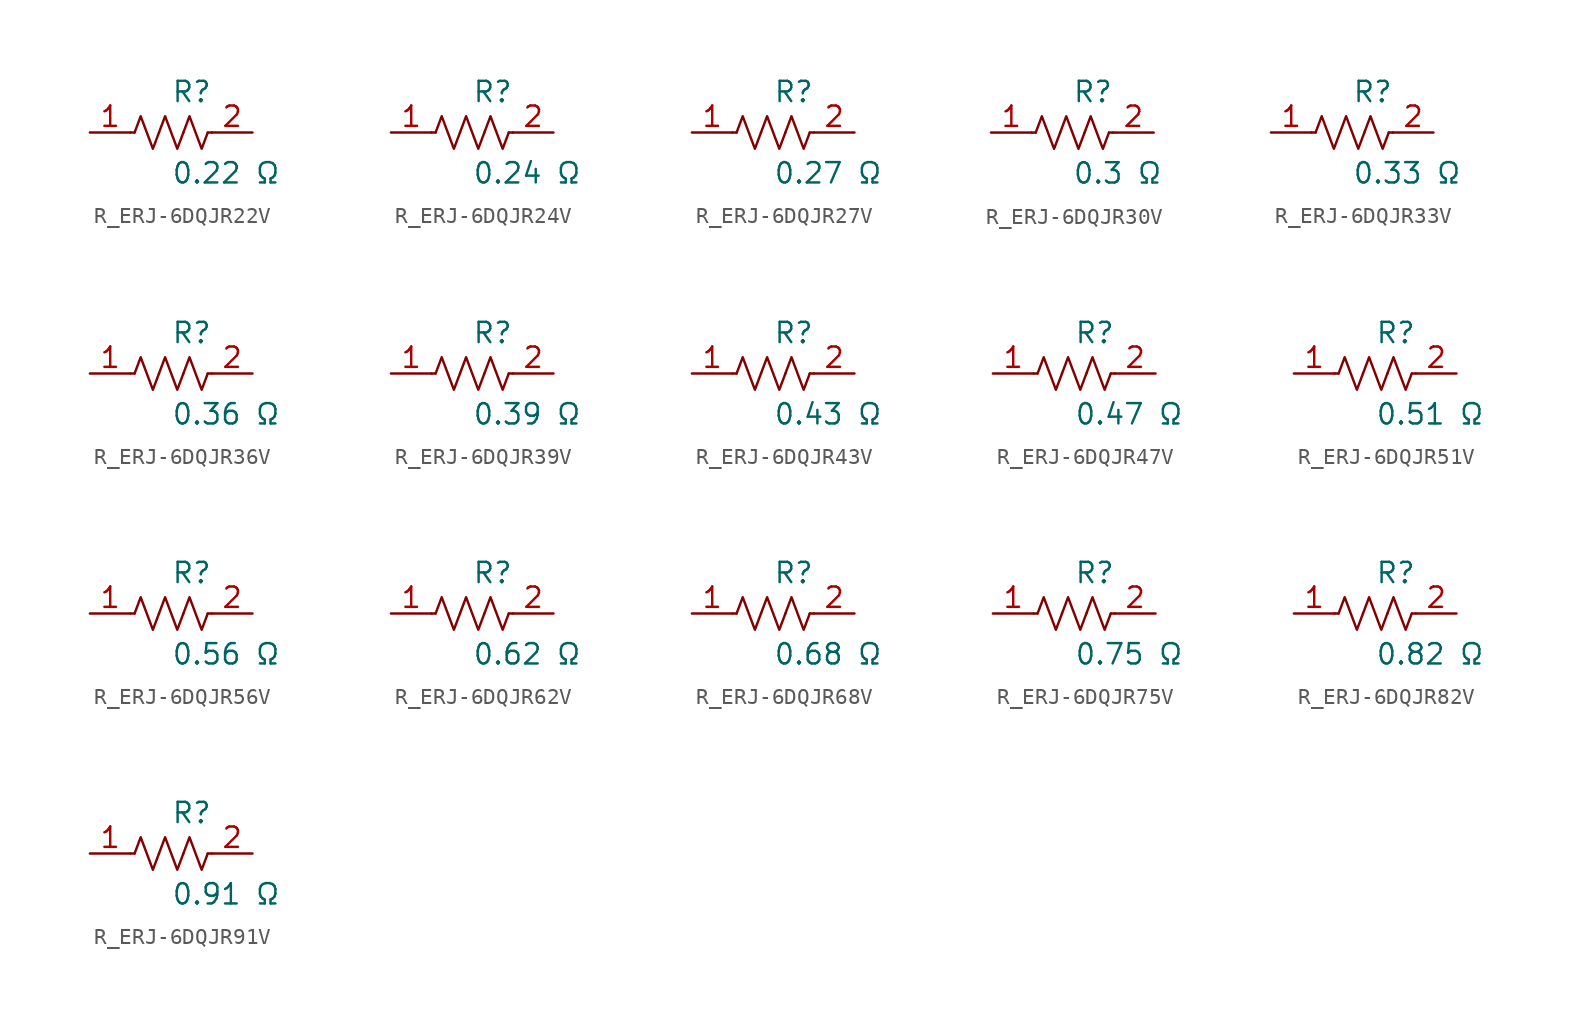
<source format=kicad_sym>
(kicad_symbol_lib
  (version 20231120)
  (generator kicad_symbol_editor)
  (generator_version 8.0)
  (symbol "R_ERJ-6DQJR22V"
    (pin_names
      (offset 0.254))
    (property "Reference" "R"
      (at 0 2.54 0)
      (effects (font (size 1.27 1.27)) (justify left)))
    (property "Value" "0.22 Ω"
      (at 0 -2.54 0)
      (effects (font (size 1.27 1.27)) (justify left)))
    (symbol "R_ERJ-6DQJR22V_0_1"
      (polyline (pts (xy 2.286 0) (xy 2.54 0)) (stroke (width 0) (type default)) (fill (type none)))
      (polyline (pts (xy -2.286 0) (xy -2.54 0)) (stroke (width 0) (type default)) (fill (type none)))
      (polyline (pts (xy 0.762 0) (xy 1.143 1.016) (xy 1.524 0) (xy 1.905 -1.016) (xy 2.286 0)) (stroke (width 0) (type default)) (fill (type none)))
      (polyline (pts (xy -0.762 0) (xy -0.381 1.016) (xy 0 0) (xy 0.381 -1.016) (xy 0.762 0)) (stroke (width 0) (type default)) (fill (type none)))
      (polyline (pts (xy -2.286 0) (xy -1.905 1.016) (xy -1.524 0) (xy -1.143 -1.016) (xy -0.762 0)) (stroke (width 0) (type default)) (fill (type none))))
    (pin passive line
      (at -5.08 0 0)
      (length 2.54)
      (name "" (effects (font (size 1.27 1.27))))
      (number "1" (effects (font (size 1.27 1.27)))))
    (pin passive line
      (at 5.08 0 180)
      (length 2.54)
      (name "" (effects (font (size 1.27 1.27))))
      (number "2" (effects (font (size 1.27 1.27))))))
  (symbol "R_ERJ-6DQJR24V"
    (pin_names
      (offset 0.254))
    (property "Reference" "R"
      (at 0 2.54 0)
      (effects (font (size 1.27 1.27)) (justify left)))
    (property "Value" "0.24 Ω"
      (at 0 -2.54 0)
      (effects (font (size 1.27 1.27)) (justify left)))
    (symbol "R_ERJ-6DQJR24V_0_1"
      (polyline (pts (xy 2.286 0) (xy 2.54 0)) (stroke (width 0) (type default)) (fill (type none)))
      (polyline (pts (xy -2.286 0) (xy -2.54 0)) (stroke (width 0) (type default)) (fill (type none)))
      (polyline (pts (xy 0.762 0) (xy 1.143 1.016) (xy 1.524 0) (xy 1.905 -1.016) (xy 2.286 0)) (stroke (width 0) (type default)) (fill (type none)))
      (polyline (pts (xy -0.762 0) (xy -0.381 1.016) (xy 0 0) (xy 0.381 -1.016) (xy 0.762 0)) (stroke (width 0) (type default)) (fill (type none)))
      (polyline (pts (xy -2.286 0) (xy -1.905 1.016) (xy -1.524 0) (xy -1.143 -1.016) (xy -0.762 0)) (stroke (width 0) (type default)) (fill (type none))))
    (pin passive line
      (at -5.08 0 0)
      (length 2.54)
      (name "" (effects (font (size 1.27 1.27))))
      (number "1" (effects (font (size 1.27 1.27)))))
    (pin passive line
      (at 5.08 0 180)
      (length 2.54)
      (name "" (effects (font (size 1.27 1.27))))
      (number "2" (effects (font (size 1.27 1.27))))))
  (symbol "R_ERJ-6DQJR27V"
    (pin_names
      (offset 0.254))
    (property "Reference" "R"
      (at 0 2.54 0)
      (effects (font (size 1.27 1.27)) (justify left)))
    (property "Value" "0.27 Ω"
      (at 0 -2.54 0)
      (effects (font (size 1.27 1.27)) (justify left)))
    (symbol "R_ERJ-6DQJR27V_0_1"
      (polyline (pts (xy 2.286 0) (xy 2.54 0)) (stroke (width 0) (type default)) (fill (type none)))
      (polyline (pts (xy -2.286 0) (xy -2.54 0)) (stroke (width 0) (type default)) (fill (type none)))
      (polyline (pts (xy 0.762 0) (xy 1.143 1.016) (xy 1.524 0) (xy 1.905 -1.016) (xy 2.286 0)) (stroke (width 0) (type default)) (fill (type none)))
      (polyline (pts (xy -0.762 0) (xy -0.381 1.016) (xy 0 0) (xy 0.381 -1.016) (xy 0.762 0)) (stroke (width 0) (type default)) (fill (type none)))
      (polyline (pts (xy -2.286 0) (xy -1.905 1.016) (xy -1.524 0) (xy -1.143 -1.016) (xy -0.762 0)) (stroke (width 0) (type default)) (fill (type none))))
    (pin passive line
      (at -5.08 0 0)
      (length 2.54)
      (name "" (effects (font (size 1.27 1.27))))
      (number "1" (effects (font (size 1.27 1.27)))))
    (pin passive line
      (at 5.08 0 180)
      (length 2.54)
      (name "" (effects (font (size 1.27 1.27))))
      (number "2" (effects (font (size 1.27 1.27))))))
  (symbol "R_ERJ-6DQJR30V"
    (pin_names
      (offset 0.254))
    (property "Reference" "R"
      (at 0 2.54 0)
      (effects (font (size 1.27 1.27)) (justify left)))
    (property "Value" "0.3 Ω"
      (at 0 -2.54 0)
      (effects (font (size 1.27 1.27)) (justify left)))
    (symbol "R_ERJ-6DQJR30V_0_1"
      (polyline (pts (xy 2.286 0) (xy 2.54 0)) (stroke (width 0) (type default)) (fill (type none)))
      (polyline (pts (xy -2.286 0) (xy -2.54 0)) (stroke (width 0) (type default)) (fill (type none)))
      (polyline (pts (xy 0.762 0) (xy 1.143 1.016) (xy 1.524 0) (xy 1.905 -1.016) (xy 2.286 0)) (stroke (width 0) (type default)) (fill (type none)))
      (polyline (pts (xy -0.762 0) (xy -0.381 1.016) (xy 0 0) (xy 0.381 -1.016) (xy 0.762 0)) (stroke (width 0) (type default)) (fill (type none)))
      (polyline (pts (xy -2.286 0) (xy -1.905 1.016) (xy -1.524 0) (xy -1.143 -1.016) (xy -0.762 0)) (stroke (width 0) (type default)) (fill (type none))))
    (pin passive line
      (at -5.08 0 0)
      (length 2.54)
      (name "" (effects (font (size 1.27 1.27))))
      (number "1" (effects (font (size 1.27 1.27)))))
    (pin passive line
      (at 5.08 0 180)
      (length 2.54)
      (name "" (effects (font (size 1.27 1.27))))
      (number "2" (effects (font (size 1.27 1.27))))))
  (symbol "R_ERJ-6DQJR33V"
    (pin_names
      (offset 0.254))
    (property "Reference" "R"
      (at 0 2.54 0)
      (effects (font (size 1.27 1.27)) (justify left)))
    (property "Value" "0.33 Ω"
      (at 0 -2.54 0)
      (effects (font (size 1.27 1.27)) (justify left)))
    (symbol "R_ERJ-6DQJR33V_0_1"
      (polyline (pts (xy 2.286 0) (xy 2.54 0)) (stroke (width 0) (type default)) (fill (type none)))
      (polyline (pts (xy -2.286 0) (xy -2.54 0)) (stroke (width 0) (type default)) (fill (type none)))
      (polyline (pts (xy 0.762 0) (xy 1.143 1.016) (xy 1.524 0) (xy 1.905 -1.016) (xy 2.286 0)) (stroke (width 0) (type default)) (fill (type none)))
      (polyline (pts (xy -0.762 0) (xy -0.381 1.016) (xy 0 0) (xy 0.381 -1.016) (xy 0.762 0)) (stroke (width 0) (type default)) (fill (type none)))
      (polyline (pts (xy -2.286 0) (xy -1.905 1.016) (xy -1.524 0) (xy -1.143 -1.016) (xy -0.762 0)) (stroke (width 0) (type default)) (fill (type none))))
    (pin passive line
      (at -5.08 0 0)
      (length 2.54)
      (name "" (effects (font (size 1.27 1.27))))
      (number "1" (effects (font (size 1.27 1.27)))))
    (pin passive line
      (at 5.08 0 180)
      (length 2.54)
      (name "" (effects (font (size 1.27 1.27))))
      (number "2" (effects (font (size 1.27 1.27))))))
  (symbol "R_ERJ-6DQJR36V"
    (pin_names
      (offset 0.254))
    (property "Reference" "R"
      (at 0 2.54 0)
      (effects (font (size 1.27 1.27)) (justify left)))
    (property "Value" "0.36 Ω"
      (at 0 -2.54 0)
      (effects (font (size 1.27 1.27)) (justify left)))
    (symbol "R_ERJ-6DQJR36V_0_1"
      (polyline (pts (xy 2.286 0) (xy 2.54 0)) (stroke (width 0) (type default)) (fill (type none)))
      (polyline (pts (xy -2.286 0) (xy -2.54 0)) (stroke (width 0) (type default)) (fill (type none)))
      (polyline (pts (xy 0.762 0) (xy 1.143 1.016) (xy 1.524 0) (xy 1.905 -1.016) (xy 2.286 0)) (stroke (width 0) (type default)) (fill (type none)))
      (polyline (pts (xy -0.762 0) (xy -0.381 1.016) (xy 0 0) (xy 0.381 -1.016) (xy 0.762 0)) (stroke (width 0) (type default)) (fill (type none)))
      (polyline (pts (xy -2.286 0) (xy -1.905 1.016) (xy -1.524 0) (xy -1.143 -1.016) (xy -0.762 0)) (stroke (width 0) (type default)) (fill (type none))))
    (pin passive line
      (at -5.08 0 0)
      (length 2.54)
      (name "" (effects (font (size 1.27 1.27))))
      (number "1" (effects (font (size 1.27 1.27)))))
    (pin passive line
      (at 5.08 0 180)
      (length 2.54)
      (name "" (effects (font (size 1.27 1.27))))
      (number "2" (effects (font (size 1.27 1.27))))))
  (symbol "R_ERJ-6DQJR39V"
    (pin_names
      (offset 0.254))
    (property "Reference" "R"
      (at 0 2.54 0)
      (effects (font (size 1.27 1.27)) (justify left)))
    (property "Value" "0.39 Ω"
      (at 0 -2.54 0)
      (effects (font (size 1.27 1.27)) (justify left)))
    (symbol "R_ERJ-6DQJR39V_0_1"
      (polyline (pts (xy 2.286 0) (xy 2.54 0)) (stroke (width 0) (type default)) (fill (type none)))
      (polyline (pts (xy -2.286 0) (xy -2.54 0)) (stroke (width 0) (type default)) (fill (type none)))
      (polyline (pts (xy 0.762 0) (xy 1.143 1.016) (xy 1.524 0) (xy 1.905 -1.016) (xy 2.286 0)) (stroke (width 0) (type default)) (fill (type none)))
      (polyline (pts (xy -0.762 0) (xy -0.381 1.016) (xy 0 0) (xy 0.381 -1.016) (xy 0.762 0)) (stroke (width 0) (type default)) (fill (type none)))
      (polyline (pts (xy -2.286 0) (xy -1.905 1.016) (xy -1.524 0) (xy -1.143 -1.016) (xy -0.762 0)) (stroke (width 0) (type default)) (fill (type none))))
    (pin passive line
      (at -5.08 0 0)
      (length 2.54)
      (name "" (effects (font (size 1.27 1.27))))
      (number "1" (effects (font (size 1.27 1.27)))))
    (pin passive line
      (at 5.08 0 180)
      (length 2.54)
      (name "" (effects (font (size 1.27 1.27))))
      (number "2" (effects (font (size 1.27 1.27))))))
  (symbol "R_ERJ-6DQJR43V"
    (pin_names
      (offset 0.254))
    (property "Reference" "R"
      (at 0 2.54 0)
      (effects (font (size 1.27 1.27)) (justify left)))
    (property "Value" "0.43 Ω"
      (at 0 -2.54 0)
      (effects (font (size 1.27 1.27)) (justify left)))
    (symbol "R_ERJ-6DQJR43V_0_1"
      (polyline (pts (xy 2.286 0) (xy 2.54 0)) (stroke (width 0) (type default)) (fill (type none)))
      (polyline (pts (xy -2.286 0) (xy -2.54 0)) (stroke (width 0) (type default)) (fill (type none)))
      (polyline (pts (xy 0.762 0) (xy 1.143 1.016) (xy 1.524 0) (xy 1.905 -1.016) (xy 2.286 0)) (stroke (width 0) (type default)) (fill (type none)))
      (polyline (pts (xy -0.762 0) (xy -0.381 1.016) (xy 0 0) (xy 0.381 -1.016) (xy 0.762 0)) (stroke (width 0) (type default)) (fill (type none)))
      (polyline (pts (xy -2.286 0) (xy -1.905 1.016) (xy -1.524 0) (xy -1.143 -1.016) (xy -0.762 0)) (stroke (width 0) (type default)) (fill (type none))))
    (pin passive line
      (at -5.08 0 0)
      (length 2.54)
      (name "" (effects (font (size 1.27 1.27))))
      (number "1" (effects (font (size 1.27 1.27)))))
    (pin passive line
      (at 5.08 0 180)
      (length 2.54)
      (name "" (effects (font (size 1.27 1.27))))
      (number "2" (effects (font (size 1.27 1.27))))))
  (symbol "R_ERJ-6DQJR47V"
    (pin_names
      (offset 0.254))
    (property "Reference" "R"
      (at 0 2.54 0)
      (effects (font (size 1.27 1.27)) (justify left)))
    (property "Value" "0.47 Ω"
      (at 0 -2.54 0)
      (effects (font (size 1.27 1.27)) (justify left)))
    (symbol "R_ERJ-6DQJR47V_0_1"
      (polyline (pts (xy 2.286 0) (xy 2.54 0)) (stroke (width 0) (type default)) (fill (type none)))
      (polyline (pts (xy -2.286 0) (xy -2.54 0)) (stroke (width 0) (type default)) (fill (type none)))
      (polyline (pts (xy 0.762 0) (xy 1.143 1.016) (xy 1.524 0) (xy 1.905 -1.016) (xy 2.286 0)) (stroke (width 0) (type default)) (fill (type none)))
      (polyline (pts (xy -0.762 0) (xy -0.381 1.016) (xy 0 0) (xy 0.381 -1.016) (xy 0.762 0)) (stroke (width 0) (type default)) (fill (type none)))
      (polyline (pts (xy -2.286 0) (xy -1.905 1.016) (xy -1.524 0) (xy -1.143 -1.016) (xy -0.762 0)) (stroke (width 0) (type default)) (fill (type none))))
    (pin passive line
      (at -5.08 0 0)
      (length 2.54)
      (name "" (effects (font (size 1.27 1.27))))
      (number "1" (effects (font (size 1.27 1.27)))))
    (pin passive line
      (at 5.08 0 180)
      (length 2.54)
      (name "" (effects (font (size 1.27 1.27))))
      (number "2" (effects (font (size 1.27 1.27))))))
  (symbol "R_ERJ-6DQJR51V"
    (pin_names
      (offset 0.254))
    (property "Reference" "R"
      (at 0 2.54 0)
      (effects (font (size 1.27 1.27)) (justify left)))
    (property "Value" "0.51 Ω"
      (at 0 -2.54 0)
      (effects (font (size 1.27 1.27)) (justify left)))
    (symbol "R_ERJ-6DQJR51V_0_1"
      (polyline (pts (xy 2.286 0) (xy 2.54 0)) (stroke (width 0) (type default)) (fill (type none)))
      (polyline (pts (xy -2.286 0) (xy -2.54 0)) (stroke (width 0) (type default)) (fill (type none)))
      (polyline (pts (xy 0.762 0) (xy 1.143 1.016) (xy 1.524 0) (xy 1.905 -1.016) (xy 2.286 0)) (stroke (width 0) (type default)) (fill (type none)))
      (polyline (pts (xy -0.762 0) (xy -0.381 1.016) (xy 0 0) (xy 0.381 -1.016) (xy 0.762 0)) (stroke (width 0) (type default)) (fill (type none)))
      (polyline (pts (xy -2.286 0) (xy -1.905 1.016) (xy -1.524 0) (xy -1.143 -1.016) (xy -0.762 0)) (stroke (width 0) (type default)) (fill (type none))))
    (pin passive line
      (at -5.08 0 0)
      (length 2.54)
      (name "" (effects (font (size 1.27 1.27))))
      (number "1" (effects (font (size 1.27 1.27)))))
    (pin passive line
      (at 5.08 0 180)
      (length 2.54)
      (name "" (effects (font (size 1.27 1.27))))
      (number "2" (effects (font (size 1.27 1.27))))))
  (symbol "R_ERJ-6DQJR56V"
    (pin_names
      (offset 0.254))
    (property "Reference" "R"
      (at 0 2.54 0)
      (effects (font (size 1.27 1.27)) (justify left)))
    (property "Value" "0.56 Ω"
      (at 0 -2.54 0)
      (effects (font (size 1.27 1.27)) (justify left)))
    (symbol "R_ERJ-6DQJR56V_0_1"
      (polyline (pts (xy 2.286 0) (xy 2.54 0)) (stroke (width 0) (type default)) (fill (type none)))
      (polyline (pts (xy -2.286 0) (xy -2.54 0)) (stroke (width 0) (type default)) (fill (type none)))
      (polyline (pts (xy 0.762 0) (xy 1.143 1.016) (xy 1.524 0) (xy 1.905 -1.016) (xy 2.286 0)) (stroke (width 0) (type default)) (fill (type none)))
      (polyline (pts (xy -0.762 0) (xy -0.381 1.016) (xy 0 0) (xy 0.381 -1.016) (xy 0.762 0)) (stroke (width 0) (type default)) (fill (type none)))
      (polyline (pts (xy -2.286 0) (xy -1.905 1.016) (xy -1.524 0) (xy -1.143 -1.016) (xy -0.762 0)) (stroke (width 0) (type default)) (fill (type none))))
    (pin passive line
      (at -5.08 0 0)
      (length 2.54)
      (name "" (effects (font (size 1.27 1.27))))
      (number "1" (effects (font (size 1.27 1.27)))))
    (pin passive line
      (at 5.08 0 180)
      (length 2.54)
      (name "" (effects (font (size 1.27 1.27))))
      (number "2" (effects (font (size 1.27 1.27))))))
  (symbol "R_ERJ-6DQJR62V"
    (pin_names
      (offset 0.254))
    (property "Reference" "R"
      (at 0 2.54 0)
      (effects (font (size 1.27 1.27)) (justify left)))
    (property "Value" "0.62 Ω"
      (at 0 -2.54 0)
      (effects (font (size 1.27 1.27)) (justify left)))
    (symbol "R_ERJ-6DQJR62V_0_1"
      (polyline (pts (xy 2.286 0) (xy 2.54 0)) (stroke (width 0) (type default)) (fill (type none)))
      (polyline (pts (xy -2.286 0) (xy -2.54 0)) (stroke (width 0) (type default)) (fill (type none)))
      (polyline (pts (xy 0.762 0) (xy 1.143 1.016) (xy 1.524 0) (xy 1.905 -1.016) (xy 2.286 0)) (stroke (width 0) (type default)) (fill (type none)))
      (polyline (pts (xy -0.762 0) (xy -0.381 1.016) (xy 0 0) (xy 0.381 -1.016) (xy 0.762 0)) (stroke (width 0) (type default)) (fill (type none)))
      (polyline (pts (xy -2.286 0) (xy -1.905 1.016) (xy -1.524 0) (xy -1.143 -1.016) (xy -0.762 0)) (stroke (width 0) (type default)) (fill (type none))))
    (pin passive line
      (at -5.08 0 0)
      (length 2.54)
      (name "" (effects (font (size 1.27 1.27))))
      (number "1" (effects (font (size 1.27 1.27)))))
    (pin passive line
      (at 5.08 0 180)
      (length 2.54)
      (name "" (effects (font (size 1.27 1.27))))
      (number "2" (effects (font (size 1.27 1.27))))))
  (symbol "R_ERJ-6DQJR68V"
    (pin_names
      (offset 0.254))
    (property "Reference" "R"
      (at 0 2.54 0)
      (effects (font (size 1.27 1.27)) (justify left)))
    (property "Value" "0.68 Ω"
      (at 0 -2.54 0)
      (effects (font (size 1.27 1.27)) (justify left)))
    (symbol "R_ERJ-6DQJR68V_0_1"
      (polyline (pts (xy 2.286 0) (xy 2.54 0)) (stroke (width 0) (type default)) (fill (type none)))
      (polyline (pts (xy -2.286 0) (xy -2.54 0)) (stroke (width 0) (type default)) (fill (type none)))
      (polyline (pts (xy 0.762 0) (xy 1.143 1.016) (xy 1.524 0) (xy 1.905 -1.016) (xy 2.286 0)) (stroke (width 0) (type default)) (fill (type none)))
      (polyline (pts (xy -0.762 0) (xy -0.381 1.016) (xy 0 0) (xy 0.381 -1.016) (xy 0.762 0)) (stroke (width 0) (type default)) (fill (type none)))
      (polyline (pts (xy -2.286 0) (xy -1.905 1.016) (xy -1.524 0) (xy -1.143 -1.016) (xy -0.762 0)) (stroke (width 0) (type default)) (fill (type none))))
    (pin passive line
      (at -5.08 0 0)
      (length 2.54)
      (name "" (effects (font (size 1.27 1.27))))
      (number "1" (effects (font (size 1.27 1.27)))))
    (pin passive line
      (at 5.08 0 180)
      (length 2.54)
      (name "" (effects (font (size 1.27 1.27))))
      (number "2" (effects (font (size 1.27 1.27))))))
  (symbol "R_ERJ-6DQJR75V"
    (pin_names
      (offset 0.254))
    (property "Reference" "R"
      (at 0 2.54 0)
      (effects (font (size 1.27 1.27)) (justify left)))
    (property "Value" "0.75 Ω"
      (at 0 -2.54 0)
      (effects (font (size 1.27 1.27)) (justify left)))
    (symbol "R_ERJ-6DQJR75V_0_1"
      (polyline (pts (xy 2.286 0) (xy 2.54 0)) (stroke (width 0) (type default)) (fill (type none)))
      (polyline (pts (xy -2.286 0) (xy -2.54 0)) (stroke (width 0) (type default)) (fill (type none)))
      (polyline (pts (xy 0.762 0) (xy 1.143 1.016) (xy 1.524 0) (xy 1.905 -1.016) (xy 2.286 0)) (stroke (width 0) (type default)) (fill (type none)))
      (polyline (pts (xy -0.762 0) (xy -0.381 1.016) (xy 0 0) (xy 0.381 -1.016) (xy 0.762 0)) (stroke (width 0) (type default)) (fill (type none)))
      (polyline (pts (xy -2.286 0) (xy -1.905 1.016) (xy -1.524 0) (xy -1.143 -1.016) (xy -0.762 0)) (stroke (width 0) (type default)) (fill (type none))))
    (pin passive line
      (at -5.08 0 0)
      (length 2.54)
      (name "" (effects (font (size 1.27 1.27))))
      (number "1" (effects (font (size 1.27 1.27)))))
    (pin passive line
      (at 5.08 0 180)
      (length 2.54)
      (name "" (effects (font (size 1.27 1.27))))
      (number "2" (effects (font (size 1.27 1.27))))))
  (symbol "R_ERJ-6DQJR82V"
    (pin_names
      (offset 0.254))
    (property "Reference" "R"
      (at 0 2.54 0)
      (effects (font (size 1.27 1.27)) (justify left)))
    (property "Value" "0.82 Ω"
      (at 0 -2.54 0)
      (effects (font (size 1.27 1.27)) (justify left)))
    (symbol "R_ERJ-6DQJR82V_0_1"
      (polyline (pts (xy 2.286 0) (xy 2.54 0)) (stroke (width 0) (type default)) (fill (type none)))
      (polyline (pts (xy -2.286 0) (xy -2.54 0)) (stroke (width 0) (type default)) (fill (type none)))
      (polyline (pts (xy 0.762 0) (xy 1.143 1.016) (xy 1.524 0) (xy 1.905 -1.016) (xy 2.286 0)) (stroke (width 0) (type default)) (fill (type none)))
      (polyline (pts (xy -0.762 0) (xy -0.381 1.016) (xy 0 0) (xy 0.381 -1.016) (xy 0.762 0)) (stroke (width 0) (type default)) (fill (type none)))
      (polyline (pts (xy -2.286 0) (xy -1.905 1.016) (xy -1.524 0) (xy -1.143 -1.016) (xy -0.762 0)) (stroke (width 0) (type default)) (fill (type none))))
    (pin passive line
      (at -5.08 0 0)
      (length 2.54)
      (name "" (effects (font (size 1.27 1.27))))
      (number "1" (effects (font (size 1.27 1.27)))))
    (pin passive line
      (at 5.08 0 180)
      (length 2.54)
      (name "" (effects (font (size 1.27 1.27))))
      (number "2" (effects (font (size 1.27 1.27))))))
  (symbol "R_ERJ-6DQJR91V"
    (pin_names
      (offset 0.254))
    (property "Reference" "R"
      (at 0 2.54 0)
      (effects (font (size 1.27 1.27)) (justify left)))
    (property "Value" "0.91 Ω"
      (at 0 -2.54 0)
      (effects (font (size 1.27 1.27)) (justify left)))
    (symbol "R_ERJ-6DQJR91V_0_1"
      (polyline (pts (xy 2.286 0) (xy 2.54 0)) (stroke (width 0) (type default)) (fill (type none)))
      (polyline (pts (xy -2.286 0) (xy -2.54 0)) (stroke (width 0) (type default)) (fill (type none)))
      (polyline (pts (xy 0.762 0) (xy 1.143 1.016) (xy 1.524 0) (xy 1.905 -1.016) (xy 2.286 0)) (stroke (width 0) (type default)) (fill (type none)))
      (polyline (pts (xy -0.762 0) (xy -0.381 1.016) (xy 0 0) (xy 0.381 -1.016) (xy 0.762 0)) (stroke (width 0) (type default)) (fill (type none)))
      (polyline (pts (xy -2.286 0) (xy -1.905 1.016) (xy -1.524 0) (xy -1.143 -1.016) (xy -0.762 0)) (stroke (width 0) (type default)) (fill (type none))))
    (pin passive line
      (at -5.08 0 0)
      (length 2.54)
      (name "" (effects (font (size 1.27 1.27))))
      (number "1" (effects (font (size 1.27 1.27)))))
    (pin passive line
      (at 5.08 0 180)
      (length 2.54)
      (name "" (effects (font (size 1.27 1.27))))
      (number "2" (effects (font (size 1.27 1.27)))))))
</source>
